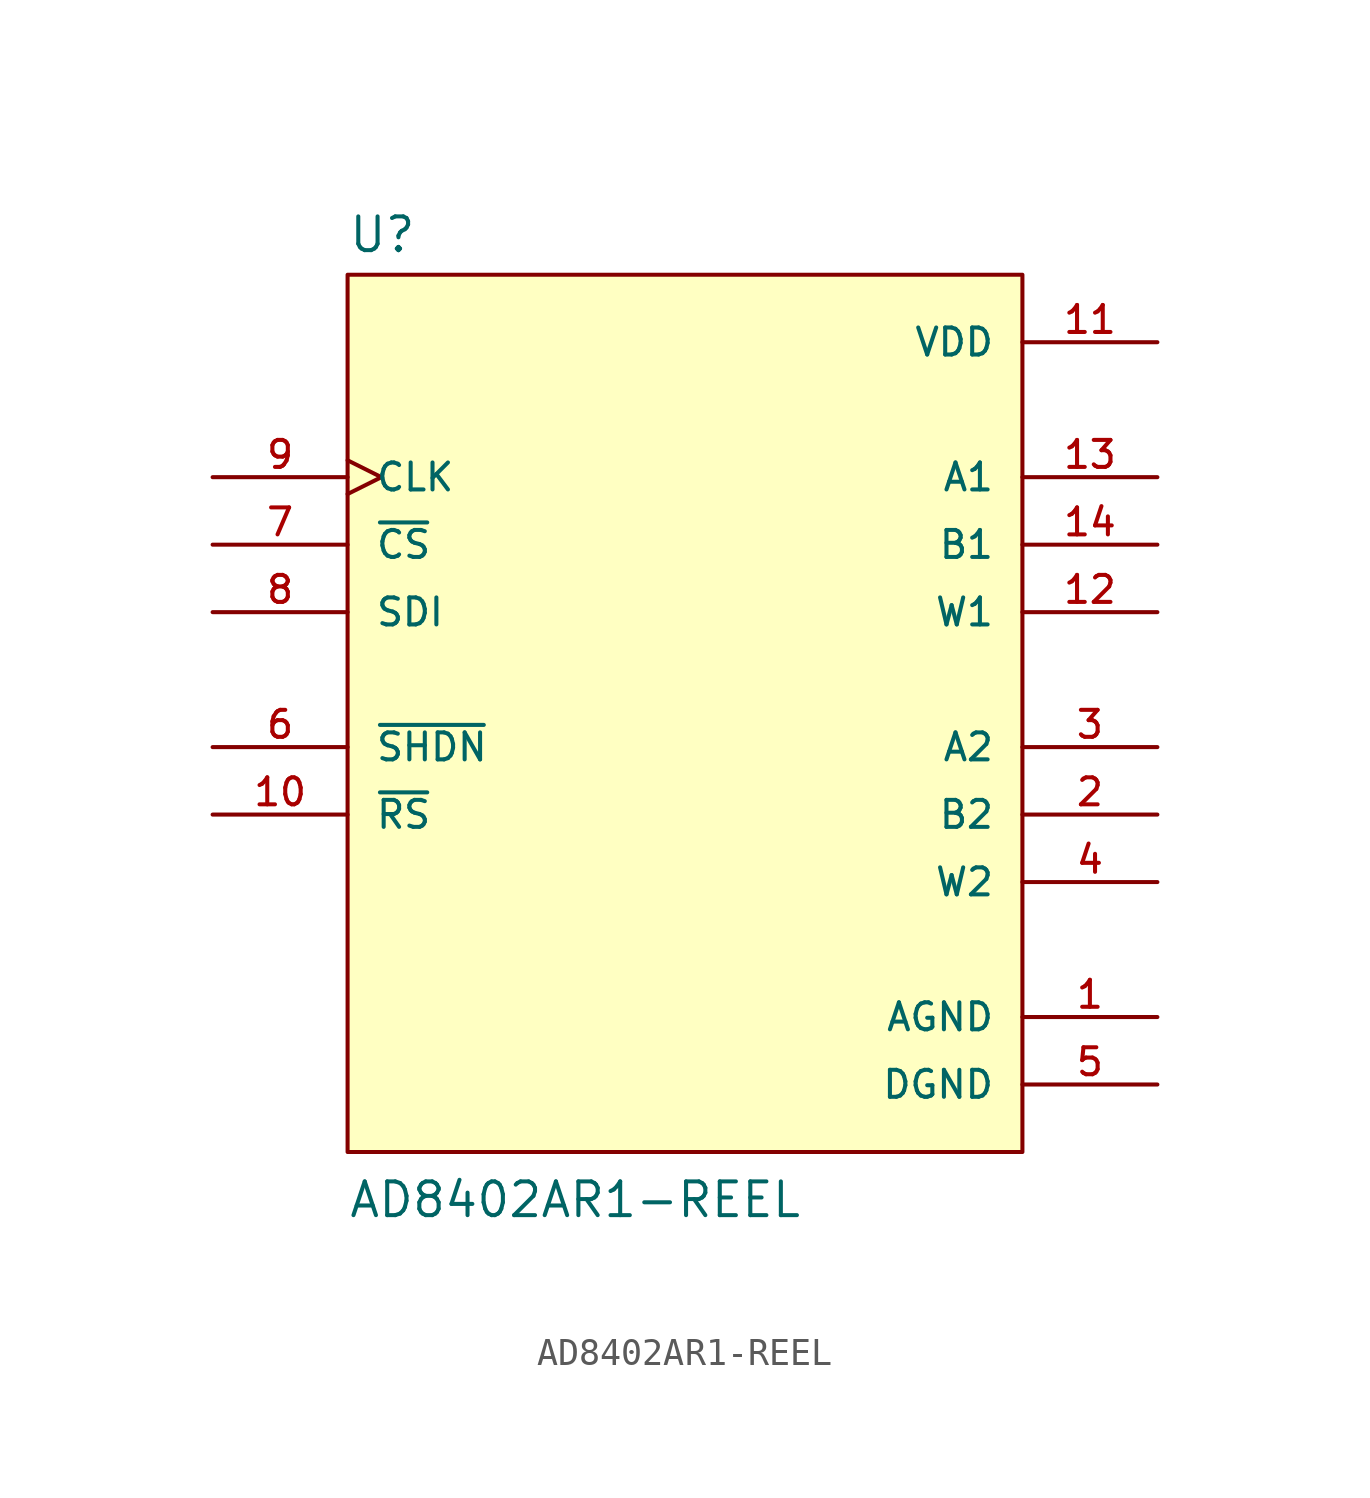
<source format=kicad_sym>
(kicad_symbol_lib
  (version 20211014)
  (generator kicad_symbol_editor)
  (symbol "AD8402AR1-REEL"
    (pin_names
      (offset 1.016))
    (property "Reference" "U"
      (at -12.7 16.002 0)
      (effects (font (size 1.27 1.27)) (justify bottom left)))
    (property "Value" "AD8402AR1-REEL"
      (at -12.7 -20.32 0)
      (effects (font (size 1.27 1.27)) (justify bottom left)))
    (symbol "AD8402AR1-REEL_0_0"
      (rectangle (start -12.7 -17.78) (end 12.7 15.24) (stroke (width 0.152)) (fill (type background)))
      (pin power_in line (at 17.78 -15.24 180.0) (length 5.08) (name "DGND" (effects (font (size 1.016 1.016)))) (number "5" (effects (font (size 1.016 1.016)))))
      (pin power_in line (at 17.78 -12.7 180.0) (length 5.08) (name "AGND" (effects (font (size 1.016 1.016)))) (number "1" (effects (font (size 1.016 1.016)))))
      (pin power_in line (at 17.78 12.7 180.0) (length 5.08) (name "VDD" (effects (font (size 1.016 1.016)))) (number "11" (effects (font (size 1.016 1.016)))))
      (pin bidirectional line (at 17.78 -7.62 180.0) (length 5.08) (name "W2" (effects (font (size 1.016 1.016)))) (number "4" (effects (font (size 1.016 1.016)))))
      (pin bidirectional line (at 17.78 2.54 180.0) (length 5.08) (name "W1" (effects (font (size 1.016 1.016)))) (number "12" (effects (font (size 1.016 1.016)))))
      (pin bidirectional line (at 17.78 -5.08 180.0) (length 5.08) (name "B2" (effects (font (size 1.016 1.016)))) (number "2" (effects (font (size 1.016 1.016)))))
      (pin bidirectional line (at 17.78 5.08 180.0) (length 5.08) (name "B1" (effects (font (size 1.016 1.016)))) (number "14" (effects (font (size 1.016 1.016)))))
      (pin bidirectional line (at 17.78 -2.54 180.0) (length 5.08) (name "A2" (effects (font (size 1.016 1.016)))) (number "3" (effects (font (size 1.016 1.016)))))
      (pin bidirectional line (at 17.78 7.62 180.0) (length 5.08) (name "A1" (effects (font (size 1.016 1.016)))) (number "13" (effects (font (size 1.016 1.016)))))
      (pin input line (at -17.78 5.08 0) (length 5.08) (name "~{CS}" (effects (font (size 1.016 1.016)))) (number "7" (effects (font (size 1.016 1.016)))))
      (pin input line (at -17.78 2.54 0) (length 5.08) (name "SDI" (effects (font (size 1.016 1.016)))) (number "8" (effects (font (size 1.016 1.016)))))
      (pin input clock (at -17.78 7.62 0) (length 5.08) (name "CLK" (effects (font (size 1.016 1.016)))) (number "9" (effects (font (size 1.016 1.016)))))
      (pin input line (at -17.78 -5.08 0) (length 5.08) (name "~{RS}" (effects (font (size 1.016 1.016)))) (number "10" (effects (font (size 1.016 1.016)))))
      (pin input line (at -17.78 -2.54 0) (length 5.08) (name "~{SHDN}" (effects (font (size 1.016 1.016)))) (number "6" (effects (font (size 1.016 1.016))))))))
</source>
